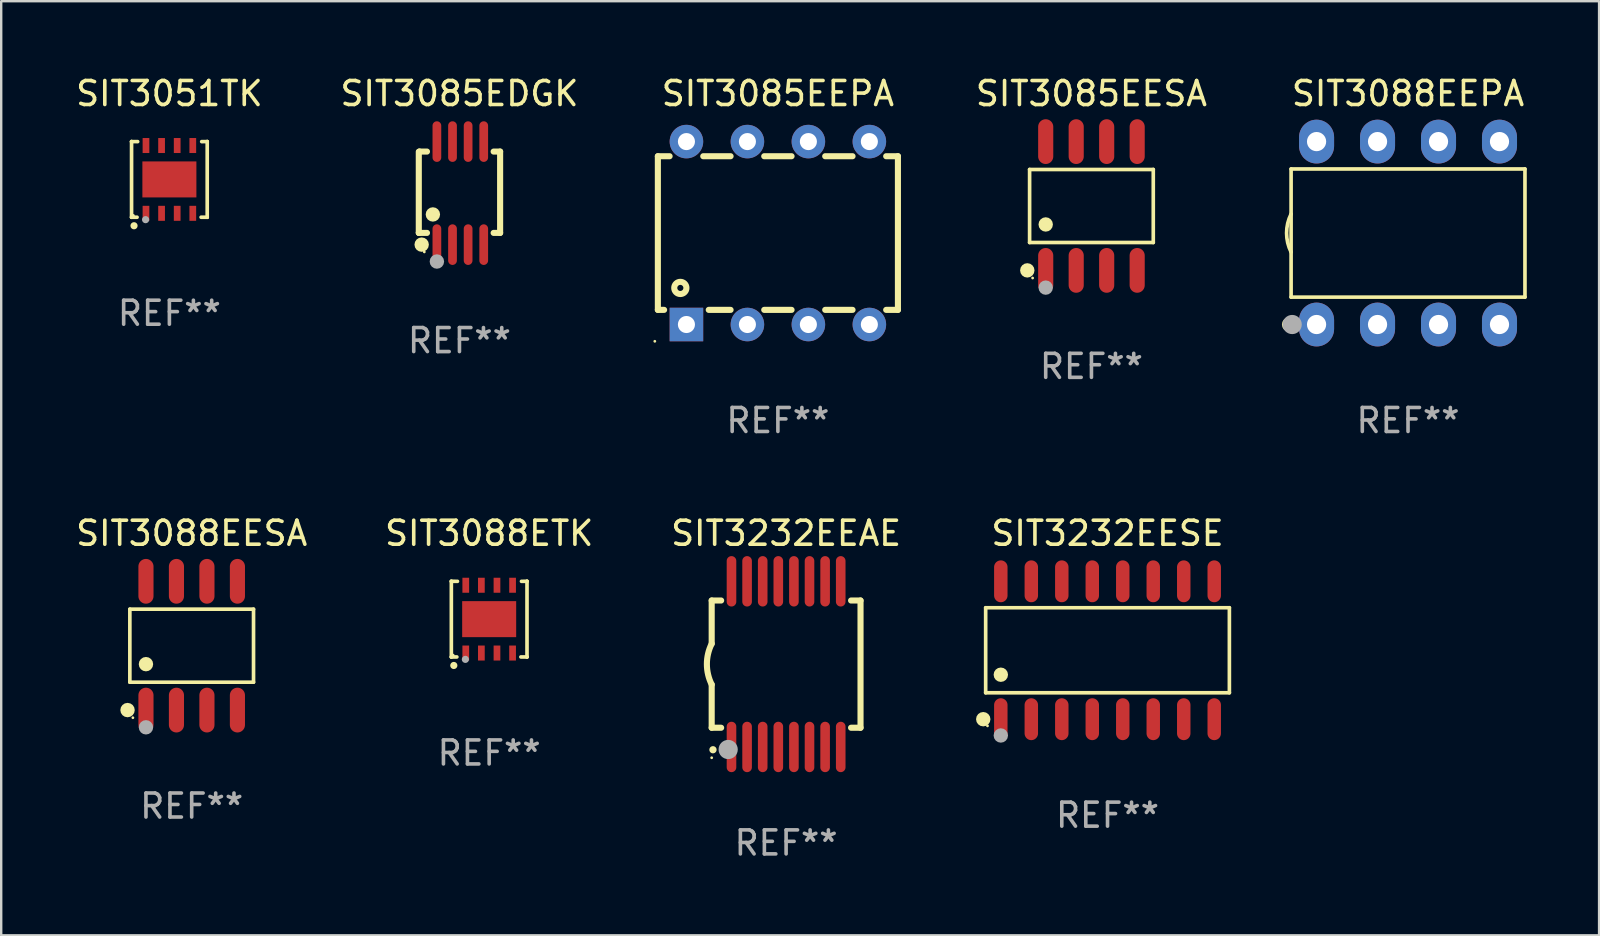
<source format=kicad_pcb>
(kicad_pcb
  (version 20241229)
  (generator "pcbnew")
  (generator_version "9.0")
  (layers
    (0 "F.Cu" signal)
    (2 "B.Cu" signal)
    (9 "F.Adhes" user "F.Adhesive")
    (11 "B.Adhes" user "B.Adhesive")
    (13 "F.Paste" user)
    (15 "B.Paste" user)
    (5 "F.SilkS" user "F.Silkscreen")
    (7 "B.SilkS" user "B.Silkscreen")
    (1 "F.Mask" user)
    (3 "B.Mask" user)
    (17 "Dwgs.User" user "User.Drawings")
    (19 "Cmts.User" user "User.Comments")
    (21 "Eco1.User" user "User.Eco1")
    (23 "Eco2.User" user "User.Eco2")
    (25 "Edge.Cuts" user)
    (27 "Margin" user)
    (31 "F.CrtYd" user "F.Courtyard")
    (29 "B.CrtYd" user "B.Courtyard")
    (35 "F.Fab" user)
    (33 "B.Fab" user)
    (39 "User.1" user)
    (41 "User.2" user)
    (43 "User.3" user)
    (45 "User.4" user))
  (footprint "SIT3088EESA"
    (layer "F.Cu")
    (at 4.935 23.847)
    (property "Reference" "SIT3088EESA" (at 0 -4.682 0) (layer "F.SilkS") (effects (font (size 1 1) (thickness 0.15))))
    (attr through_hole)
    (fp_line (start -2.576 -1.521) (end 2.576 -1.521) (stroke (width 0.152) (type solid)) (layer "F.SilkS"))
    (fp_line (start -2.576 1.521) (end -2.576 -1.521) (stroke (width 0.152) (type solid)) (layer "F.SilkS"))
    (fp_line (start 2.576 -1.521) (end 2.576 1.521) (stroke (width 0.152) (type solid)) (layer "F.SilkS"))
    (fp_line (start 2.576 1.521) (end -2.576 1.521) (stroke (width 0.152) (type solid)) (layer "F.SilkS"))
    (fp_circle (center -2.672 2.682) (end -2.522 2.682) (stroke (width 0.3) (type solid)) (fill no) (layer "F.SilkS"))
    (fp_circle (center -2.45 3) (end -2.42 3) (stroke (width 0.06) (type solid)) (fill no) (layer "F.SilkS"))
    (fp_circle (center -1.905 0.769) (end -1.755 0.769) (stroke (width 0.3) (type solid)) (fill no) (layer "F.SilkS"))
    (fp_circle (center -1.905 3.4) (end -1.755 3.4) (stroke (width 0.3) (type solid)) (fill no) (layer "F.Fab"))
    (fp_text user "REF**" (at 0 6.682 0) (layer "F.Fab") (effects (font (size 1 1) (thickness 0.15))))
    (pad "1" smd oval (at -1.905 2.682) (size 0.63 1.865) (layers "F.Cu" "F.Mask" "F.Paste"))
    (pad "2" smd oval (at -0.635 2.682) (size 0.63 1.865) (layers "F.Cu" "F.Mask" "F.Paste"))
    (pad "3" smd oval (at 0.635 2.682) (size 0.63 1.865) (layers "F.Cu" "F.Mask" "F.Paste"))
    (pad "4" smd oval (at 1.905 2.682) (size 0.63 1.865) (layers "F.Cu" "F.Mask" "F.Paste"))
    (pad "5" smd oval (at 1.905 -2.682) (size 0.63 1.865) (layers "F.Cu" "F.Mask" "F.Paste"))
    (pad "6" smd oval (at 0.635 -2.682) (size 0.63 1.865) (layers "F.Cu" "F.Mask" "F.Paste"))
    (pad "7" smd oval (at -0.635 -2.682) (size 0.63 1.865) (layers "F.Cu" "F.Mask" "F.Paste"))
    (pad "8" smd oval (at -1.905 -2.682) (size 0.63 1.865) (layers "F.Cu" "F.Mask" "F.Paste")))
  (footprint "SIT3051TK"
    (layer "F.Cu")
    (at 4.006 4.424)
    (property "Reference" "SIT3051TK" (at 0 -3.576 0) (layer "F.SilkS") (effects (font (size 1 1) (thickness 0.15))))
    (attr through_hole)
    (fp_line (start -1.576 -1.576) (end -1.576 -1.576) (stroke (width 0.152) (type solid)) (layer "F.SilkS"))
    (fp_line (start -1.576 -1.576) (end -1.576 1.576) (stroke (width 0.152) (type solid)) (layer "F.SilkS"))
    (fp_line (start -1.576 1.576) (end -1.576 1.576) (stroke (width 0.152) (type solid)) (layer "F.SilkS"))
    (fp_line (start -1.576 1.576) (end -1.346 1.575) (stroke (width 0.152) (type solid)) (layer "F.SilkS"))
    (fp_line (start -1.321 -1.575) (end -1.576 -1.576) (stroke (width 0.152) (type solid)) (layer "F.SilkS"))
    (fp_line (start 1.321 1.575) (end 1.576 1.576) (stroke (width 0.152) (type solid)) (layer "F.SilkS"))
    (fp_line (start 1.576 -1.576) (end 1.346 -1.575) (stroke (width 0.152) (type solid)) (layer "F.SilkS"))
    (fp_line (start 1.576 -1.576) (end 1.576 -1.576) (stroke (width 0.152) (type solid)) (layer "F.SilkS"))
    (fp_line (start 1.576 1.576) (end 1.576 -1.576) (stroke (width 0.152) (type solid)) (layer "F.SilkS"))
    (fp_line (start 1.576 1.576) (end 1.576 1.576) (stroke (width 0.152) (type solid)) (layer "F.SilkS"))
    (fp_circle (center -1.5 1.5) (end -1.47 1.5) (stroke (width 0.06) (type solid)) (fill no) (layer "F.SilkS"))
    (fp_circle (center -1.473 1.93) (end -1.398 1.93) (stroke (width 0.15) (type solid)) (fill no) (layer "F.SilkS"))
    (fp_circle (center -0.991 1.676) (end -0.916 1.676) (stroke (width 0.15) (type solid)) (fill no) (layer "F.Fab"))
    (fp_text user "REF**" (at 0 5.576 0) (layer "F.Fab") (effects (font (size 1 1) (thickness 0.15))))
    (pad "1" smd rect (at -0.975 1.412) (size 0.28 0.625) (layers "F.Cu" "F.Mask" "F.Paste"))
    (pad "2" smd rect (at -0.325 1.412) (size 0.28 0.625) (layers "F.Cu" "F.Mask" "F.Paste"))
    (pad "3" smd rect (at 0.325 1.412) (size 0.28 0.625) (layers "F.Cu" "F.Mask" "F.Paste"))
    (pad "4" smd rect (at 0.975 1.412) (size 0.28 0.625) (layers "F.Cu" "F.Mask" "F.Paste"))
    (pad "5" smd rect (at 0.975 -1.412) (size 0.28 0.625) (layers "F.Cu" "F.Mask" "F.Paste"))
    (pad "6" smd rect (at 0.325 -1.412) (size 0.28 0.625) (layers "F.Cu" "F.Mask" "F.Paste"))
    (pad "7" smd rect (at -0.325 -1.412) (size 0.28 0.625) (layers "F.Cu" "F.Mask" "F.Paste"))
    (pad "8" smd rect (at -0.975 -1.412) (size 0.28 0.625) (layers "F.Cu" "F.Mask" "F.Paste"))
    (pad "9" smd rect (at 0 0) (size 2.25 1.5) (layers "F.Cu" "F.Mask" "F.Paste")))
  (footprint "SIT3088EEPA"
    (layer "F.Cu")
    (at 55.603 6.658)
    (property "Reference" "SIT3088EEPA" (at 0 -5.81 0) (layer "F.SilkS") (effects (font (size 1 1) (thickness 0.15))))
    (attr through_hole)
    (fp_line (start -4.871 -2.669) (end 4.871 -2.669) (stroke (width 0.152) (type solid)) (layer "F.SilkS"))
    (fp_line (start -4.871 2.669) (end -4.871 -2.669) (stroke (width 0.152) (type solid)) (layer "F.SilkS"))
    (fp_line (start 4.871 -2.669) (end 4.871 2.669) (stroke (width 0.152) (type solid)) (layer "F.SilkS"))
    (fp_line (start 4.871 2.669) (end -4.871 2.669) (stroke (width 0.152) (type solid)) (layer "F.SilkS"))
    (fp_arc (start -4.871222 0.793751) (mid -5.058601 0) (end -4.871222 -0.793752) (stroke (width 0.1524) (type solid)) (layer "F.SilkS"))
    (fp_circle (center -4.953 3.81) (end -4.803 3.81) (stroke (width 0.3) (type solid)) (fill no) (layer "F.SilkS"))
    (fp_circle (center -4.795 3.935) (end -4.765 3.935) (stroke (width 0.06) (type solid)) (fill no) (layer "F.SilkS"))
    (fp_circle (center -4.826 3.81) (end -4.626 3.81) (stroke (width 0.4) (type solid)) (fill no) (layer "F.Fab"))
    (fp_text user "REF**" (at 0 7.81 0) (layer "F.Fab") (effects (font (size 1 1) (thickness 0.15))))
    (pad "1" thru_hole oval (at -3.81 3.81) (size 1.46 1.825) (drill 0.8) (layers "*.Cu" "*.Mask"))
    (pad "2" thru_hole oval (at -1.27 3.81) (size 1.46 1.825) (drill 0.8) (layers "*.Cu" "*.Mask"))
    (pad "3" thru_hole oval (at 1.27 3.81) (size 1.46 1.825) (drill 0.8) (layers "*.Cu" "*.Mask"))
    (pad "4" thru_hole oval (at 3.81 3.81) (size 1.46 1.825) (drill 0.8) (layers "*.Cu" "*.Mask"))
    (pad "5" thru_hole oval (at 3.81 -3.81) (size 1.46 1.825) (drill 0.8) (layers "*.Cu" "*.Mask"))
    (pad "6" thru_hole oval (at 1.27 -3.81) (size 1.46 1.825) (drill 0.8) (layers "*.Cu" "*.Mask"))
    (pad "7" thru_hole oval (at -1.27 -3.81) (size 1.46 1.825) (drill 0.8) (layers "*.Cu" "*.Mask"))
    (pad "8" thru_hole oval (at -3.81 -3.81) (size 1.46 1.825) (drill 0.8) (layers "*.Cu" "*.Mask")))
  (footprint "SIT3085EDGK"
    (layer "F.Cu")
    (at 16.089 4.994)
    (property "Reference" "SIT3085EDGK" (at 0 -4.146 0) (layer "F.SilkS") (effects (font (size 1 1) (thickness 0.15))))
    (attr through_hole)
    (fp_line (start -1.694 -1.724) (end -1.694 1.652) (stroke (width 0.254) (type solid)) (layer "F.SilkS"))
    (fp_line (start -1.694 1.652) (end -1.688 1.658) (stroke (width 0.254) (type solid)) (layer "F.SilkS"))
    (fp_line (start -1.688 1.658) (end -1.353 1.658) (stroke (width 0.254) (type solid)) (layer "F.SilkS"))
    (fp_line (start -1.661 -1.73) (end -1.681 -1.71) (stroke (width 0.254) (type solid)) (layer "F.SilkS"))
    (fp_line (start -1.353 -1.73) (end -1.661 -1.73) (stroke (width 0.254) (type solid)) (layer "F.SilkS"))
    (fp_line (start 1.424 1.658) (end 1.694 1.658) (stroke (width 0.254) (type solid)) (layer "F.SilkS"))
    (fp_line (start 1.694 -1.73) (end 1.424 -1.73) (stroke (width 0.254) (type solid)) (layer "F.SilkS"))
    (fp_line (start 1.694 1.658) (end 1.694 -1.73) (stroke (width 0.254) (type solid)) (layer "F.SilkS"))
    (fp_circle (center -1.574 2.146) (end -1.424 2.146) (stroke (width 0.3) (type solid)) (fill no) (layer "F.SilkS"))
    (fp_circle (center -1.464 2.45) (end -1.434 2.45) (stroke (width 0.06) (type solid)) (fill no) (layer "F.SilkS"))
    (fp_circle (center -1.107 0.889) (end -0.957 0.889) (stroke (width 0.3) (type solid)) (fill no) (layer "F.SilkS"))
    (fp_circle (center -0.94 2.85) (end -0.789 2.85) (stroke (width 0.3) (type solid)) (fill no) (layer "F.Fab"))
    (fp_text user "REF**" (at 0 6.146 0) (layer "F.Fab") (effects (font (size 1 1) (thickness 0.15))))
    (pad "1" smd oval (at -0.94 2.146) (size 0.364 1.692) (layers "F.Cu" "F.Mask" "F.Paste"))
    (pad "2" smd oval (at -0.289 2.146) (size 0.364 1.692) (layers "F.Cu" "F.Mask" "F.Paste"))
    (pad "3" smd oval (at 0.361 2.146) (size 0.364 1.692) (layers "F.Cu" "F.Mask" "F.Paste"))
    (pad "4" smd oval (at 1.011 2.146) (size 0.364 1.692) (layers "F.Cu" "F.Mask" "F.Paste"))
    (pad "5" smd oval (at 1.011 -2.146) (size 0.364 1.692) (layers "F.Cu" "F.Mask" "F.Paste"))
    (pad "6" smd oval (at 0.361 -2.146) (size 0.364 1.692) (layers "F.Cu" "F.Mask" "F.Paste"))
    (pad "7" smd oval (at -0.289 -2.146) (size 0.364 1.692) (layers "F.Cu" "F.Mask" "F.Paste"))
    (pad "8" smd oval (at -0.94 -2.146) (size 0.364 1.692) (layers "F.Cu" "F.Mask" "F.Paste")))
  (footprint "SIT3088ETK"
    (layer "F.Cu")
    (at 17.327 22.741)
    (property "Reference" "SIT3088ETK" (at 0 -3.576 0) (layer "F.SilkS") (effects (font (size 1 1) (thickness 0.15))))
    (attr through_hole)
    (fp_line (start -1.576 -1.576) (end -1.576 -1.576) (stroke (width 0.152) (type solid)) (layer "F.SilkS"))
    (fp_line (start -1.576 -1.576) (end -1.576 1.576) (stroke (width 0.152) (type solid)) (layer "F.SilkS"))
    (fp_line (start -1.576 1.576) (end -1.576 1.576) (stroke (width 0.152) (type solid)) (layer "F.SilkS"))
    (fp_line (start -1.576 1.576) (end -1.346 1.575) (stroke (width 0.152) (type solid)) (layer "F.SilkS"))
    (fp_line (start -1.321 -1.575) (end -1.576 -1.576) (stroke (width 0.152) (type solid)) (layer "F.SilkS"))
    (fp_line (start 1.321 1.575) (end 1.576 1.576) (stroke (width 0.152) (type solid)) (layer "F.SilkS"))
    (fp_line (start 1.576 -1.576) (end 1.346 -1.575) (stroke (width 0.152) (type solid)) (layer "F.SilkS"))
    (fp_line (start 1.576 -1.576) (end 1.576 -1.576) (stroke (width 0.152) (type solid)) (layer "F.SilkS"))
    (fp_line (start 1.576 1.576) (end 1.576 -1.576) (stroke (width 0.152) (type solid)) (layer "F.SilkS"))
    (fp_line (start 1.576 1.576) (end 1.576 1.576) (stroke (width 0.152) (type solid)) (layer "F.SilkS"))
    (fp_circle (center -1.5 1.5) (end -1.47 1.5) (stroke (width 0.06) (type solid)) (fill no) (layer "F.SilkS"))
    (fp_circle (center -1.473 1.93) (end -1.398 1.93) (stroke (width 0.15) (type solid)) (fill no) (layer "F.SilkS"))
    (fp_circle (center -0.991 1.676) (end -0.916 1.676) (stroke (width 0.15) (type solid)) (fill no) (layer "F.Fab"))
    (fp_text user "REF**" (at 0 5.576 0) (layer "F.Fab") (effects (font (size 1 1) (thickness 0.15))))
    (pad "1" smd rect (at -0.975 1.412) (size 0.28 0.625) (layers "F.Cu" "F.Mask" "F.Paste"))
    (pad "2" smd rect (at -0.325 1.412) (size 0.28 0.625) (layers "F.Cu" "F.Mask" "F.Paste"))
    (pad "3" smd rect (at 0.325 1.412) (size 0.28 0.625) (layers "F.Cu" "F.Mask" "F.Paste"))
    (pad "4" smd rect (at 0.975 1.412) (size 0.28 0.625) (layers "F.Cu" "F.Mask" "F.Paste"))
    (pad "5" smd rect (at 0.975 -1.412) (size 0.28 0.625) (layers "F.Cu" "F.Mask" "F.Paste"))
    (pad "6" smd rect (at 0.325 -1.412) (size 0.28 0.625) (layers "F.Cu" "F.Mask" "F.Paste"))
    (pad "7" smd rect (at -0.325 -1.412) (size 0.28 0.625) (layers "F.Cu" "F.Mask" "F.Paste"))
    (pad "8" smd rect (at -0.975 -1.412) (size 0.28 0.625) (layers "F.Cu" "F.Mask" "F.Paste"))
    (pad "9" smd rect (at 0 0) (size 2.25 1.5) (layers "F.Cu" "F.Mask" "F.Paste")))
  (footprint "SIT3232EESE"
    (layer "F.Cu")
    (at 43.085 24.037)
    (property "Reference" "SIT3232EESE" (at 0 -4.872 0) (layer "F.SilkS") (effects (font (size 1 1) (thickness 0.15))))
    (attr through_hole)
    (fp_line (start -5.076 -1.771) (end 5.076 -1.771) (stroke (width 0.152) (type solid)) (layer "F.SilkS"))
    (fp_line (start -5.076 1.771) (end -5.076 -1.771) (stroke (width 0.152) (type solid)) (layer "F.SilkS"))
    (fp_line (start 5.076 -1.771) (end 5.076 1.771) (stroke (width 0.152) (type solid)) (layer "F.SilkS"))
    (fp_line (start 5.076 1.771) (end -5.076 1.771) (stroke (width 0.152) (type solid)) (layer "F.SilkS"))
    (fp_circle (center -5.177 2.872) (end -5.027 2.872) (stroke (width 0.3) (type solid)) (fill no) (layer "F.SilkS"))
    (fp_circle (center -5 3.15) (end -4.97 3.15) (stroke (width 0.06) (type solid)) (fill no) (layer "F.SilkS"))
    (fp_circle (center -4.445 1.019) (end -4.295 1.019) (stroke (width 0.3) (type solid)) (fill no) (layer "F.SilkS"))
    (fp_circle (center -4.445 3.55) (end -4.295 3.55) (stroke (width 0.3) (type solid)) (fill no) (layer "F.Fab"))
    (fp_text user "REF**" (at 0 6.872 0) (layer "F.Fab") (effects (font (size 1 1) (thickness 0.15))))
    (pad "1" smd oval (at -4.445 2.872) (size 0.56 1.745) (layers "F.Cu" "F.Mask" "F.Paste"))
    (pad "2" smd oval (at -3.175 2.872) (size 0.56 1.745) (layers "F.Cu" "F.Mask" "F.Paste"))
    (pad "3" smd oval (at -1.905 2.872) (size 0.56 1.745) (layers "F.Cu" "F.Mask" "F.Paste"))
    (pad "4" smd oval (at -0.635 2.872) (size 0.56 1.745) (layers "F.Cu" "F.Mask" "F.Paste"))
    (pad "5" smd oval (at 0.635 2.872) (size 0.56 1.745) (layers "F.Cu" "F.Mask" "F.Paste"))
    (pad "6" smd oval (at 1.905 2.872) (size 0.56 1.745) (layers "F.Cu" "F.Mask" "F.Paste"))
    (pad "7" smd oval (at 3.175 2.872) (size 0.56 1.745) (layers "F.Cu" "F.Mask" "F.Paste"))
    (pad "8" smd oval (at 4.445 2.872) (size 0.56 1.745) (layers "F.Cu" "F.Mask" "F.Paste"))
    (pad "9" smd oval (at 4.445 -2.872) (size 0.56 1.745) (layers "F.Cu" "F.Mask" "F.Paste"))
    (pad "10" smd oval (at 3.175 -2.872) (size 0.56 1.745) (layers "F.Cu" "F.Mask" "F.Paste"))
    (pad "11" smd oval (at 1.905 -2.872) (size 0.56 1.745) (layers "F.Cu" "F.Mask" "F.Paste"))
    (pad "12" smd oval (at 0.635 -2.872) (size 0.56 1.745) (layers "F.Cu" "F.Mask" "F.Paste"))
    (pad "13" smd oval (at -0.635 -2.872) (size 0.56 1.745) (layers "F.Cu" "F.Mask" "F.Paste"))
    (pad "14" smd oval (at -1.905 -2.872) (size 0.56 1.745) (layers "F.Cu" "F.Mask" "F.Paste"))
    (pad "15" smd oval (at -3.175 -2.872) (size 0.56 1.745) (layers "F.Cu" "F.Mask" "F.Paste"))
    (pad "16" smd oval (at -4.445 -2.872) (size 0.56 1.745) (layers "F.Cu" "F.Mask" "F.Paste")))
  (footprint "SIT3232EEAE"
    (layer "F.Cu")
    (at 29.696 24.615)
    (property "Reference" "SIT3232EEAE" (at 0 -5.45 0) (layer "F.SilkS") (effects (font (size 1 1) (thickness 0.15))))
    (attr through_hole)
    (fp_line (start -3.1 -2.65) (end -3.1 -0.85) (stroke (width 0.254) (type solid)) (layer "F.SilkS"))
    (fp_line (start -3.1 -2.65) (end -2.706 -2.65) (stroke (width 0.254) (type solid)) (layer "F.SilkS"))
    (fp_line (start -3.1 2.65) (end -3.1 0.85) (stroke (width 0.254) (type solid)) (layer "F.SilkS"))
    (fp_line (start -3.1 2.65) (end -2.706 2.65) (stroke (width 0.254) (type solid)) (layer "F.SilkS"))
    (fp_line (start 2.706 -2.65) (end 3.1 -2.65) (stroke (width 0.254) (type solid)) (layer "F.SilkS"))
    (fp_line (start 2.706 2.65) (end 3.1 2.65) (stroke (width 0.254) (type solid)) (layer "F.SilkS"))
    (fp_line (start 3.1 -2.65) (end 3.1 2.65) (stroke (width 0.254) (type solid)) (layer "F.SilkS"))
    (fp_arc (start -3.098907 0.850902) (mid -3.300057 0.000523) (end -3.1 -0.850114) (stroke (width 0.254001) (type solid)) (layer "F.SilkS"))
    (fp_arc (start -3.048006 3.566066) (mid -3.046736 3.566061) (end -3.045466 3.566066) (stroke (width 0.3) (type solid)) (layer "F.SilkS"))
    (fp_circle (center -3.1 3.9) (end -3.07 3.9) (stroke (width 0.06) (type solid)) (fill no) (layer "F.SilkS"))
    (fp_circle (center -2.413 3.556) (end -2.213 3.556) (stroke (width 0.4) (type solid)) (fill no) (layer "F.Fab"))
    (fp_text user "REF**" (at 0 7.45 0) (layer "F.Fab") (effects (font (size 1 1) (thickness 0.15))))
    (pad "1" smd oval (at -2.275 3.45 180) (size 0.4 2.1) (layers "F.Cu" "F.Mask" "F.Paste"))
    (pad "2" smd oval (at -1.625 3.45 180) (size 0.4 2.1) (layers "F.Cu" "F.Mask" "F.Paste"))
    (pad "3" smd oval (at -0.975 3.45 180) (size 0.4 2.1) (layers "F.Cu" "F.Mask" "F.Paste"))
    (pad "4" smd oval (at -0.325 3.45 180) (size 0.4 2.1) (layers "F.Cu" "F.Mask" "F.Paste"))
    (pad "5" smd oval (at 0.325 3.45 180) (size 0.4 2.1) (layers "F.Cu" "F.Mask" "F.Paste"))
    (pad "6" smd oval (at 0.975 3.45 180) (size 0.4 2.1) (layers "F.Cu" "F.Mask" "F.Paste"))
    (pad "7" smd oval (at 1.625 3.45 180) (size 0.4 2.1) (layers "F.Cu" "F.Mask" "F.Paste"))
    (pad "8" smd oval (at 2.275 3.45 180) (size 0.4 2.1) (layers "F.Cu" "F.Mask" "F.Paste"))
    (pad "9" smd oval (at 2.275 -3.45 180) (size 0.4 2.1) (layers "F.Cu" "F.Mask" "F.Paste"))
    (pad "10" smd oval (at 1.625 -3.45 180) (size 0.4 2.1) (layers "F.Cu" "F.Mask" "F.Paste"))
    (pad "11" smd oval (at 0.975 -3.45 180) (size 0.4 2.1) (layers "F.Cu" "F.Mask" "F.Paste"))
    (pad "12" smd oval (at 0.325 -3.45 180) (size 0.4 2.1) (layers "F.Cu" "F.Mask" "F.Paste"))
    (pad "13" smd oval (at -0.325 -3.45 180) (size 0.4 2.1) (layers "F.Cu" "F.Mask" "F.Paste"))
    (pad "14" smd oval (at -0.975 -3.45 180) (size 0.4 2.1) (layers "F.Cu" "F.Mask" "F.Paste"))
    (pad "15" smd oval (at -1.625 -3.45 180) (size 0.4 2.1) (layers "F.Cu" "F.Mask" "F.Paste"))
    (pad "16" smd oval (at -2.275 -3.45 180) (size 0.4 2.1) (layers "F.Cu" "F.Mask" "F.Paste")))
  (footprint "SIT3085EESA"
    (layer "F.Cu")
    (at 42.415 5.531)
    (property "Reference" "SIT3085EESA" (at 0 -4.682 0) (layer "F.SilkS") (effects (font (size 1 1) (thickness 0.15))))
    (attr through_hole)
    (fp_line (start -2.576 -1.521) (end 2.576 -1.521) (stroke (width 0.152) (type solid)) (layer "F.SilkS"))
    (fp_line (start -2.576 1.521) (end -2.576 -1.521) (stroke (width 0.152) (type solid)) (layer "F.SilkS"))
    (fp_line (start 2.576 -1.521) (end 2.576 1.521) (stroke (width 0.152) (type solid)) (layer "F.SilkS"))
    (fp_line (start 2.576 1.521) (end -2.576 1.521) (stroke (width 0.152) (type solid)) (layer "F.SilkS"))
    (fp_circle (center -2.672 2.682) (end -2.522 2.682) (stroke (width 0.3) (type solid)) (fill no) (layer "F.SilkS"))
    (fp_circle (center -2.45 3) (end -2.42 3) (stroke (width 0.06) (type solid)) (fill no) (layer "F.SilkS"))
    (fp_circle (center -1.905 0.769) (end -1.755 0.769) (stroke (width 0.3) (type solid)) (fill no) (layer "F.SilkS"))
    (fp_circle (center -1.905 3.4) (end -1.755 3.4) (stroke (width 0.3) (type solid)) (fill no) (layer "F.Fab"))
    (fp_text user "REF**" (at 0 6.682 0) (layer "F.Fab") (effects (font (size 1 1) (thickness 0.15))))
    (pad "1" smd oval (at -1.905 2.682) (size 0.63 1.865) (layers "F.Cu" "F.Mask" "F.Paste"))
    (pad "2" smd oval (at -0.635 2.682) (size 0.63 1.865) (layers "F.Cu" "F.Mask" "F.Paste"))
    (pad "3" smd oval (at 0.635 2.682) (size 0.63 1.865) (layers "F.Cu" "F.Mask" "F.Paste"))
    (pad "4" smd oval (at 1.905 2.682) (size 0.63 1.865) (layers "F.Cu" "F.Mask" "F.Paste"))
    (pad "5" smd oval (at 1.905 -2.682) (size 0.63 1.865) (layers "F.Cu" "F.Mask" "F.Paste"))
    (pad "6" smd oval (at 0.635 -2.682) (size 0.63 1.865) (layers "F.Cu" "F.Mask" "F.Paste"))
    (pad "7" smd oval (at -0.635 -2.682) (size 0.63 1.865) (layers "F.Cu" "F.Mask" "F.Paste"))
    (pad "8" smd oval (at -1.905 -2.682) (size 0.63 1.865) (layers "F.Cu" "F.Mask" "F.Paste")))
  (footprint "SIT3085EEPA"
    (layer "F.Cu")
    (at 29.354 6.658)
    (property "Reference" "SIT3085EEPA" (at 0 -5.81 0) (layer "F.SilkS") (effects (font (size 1 1) (thickness 0.15))))
    (attr through_hole)
    (fp_line (start -5 -3.2) (end -5 3.2) (stroke (width 0.254) (type solid)) (layer "F.SilkS"))
    (fp_line (start -5 -3.2) (end -4.511 -3.2) (stroke (width 0.254) (type solid)) (layer "F.SilkS"))
    (fp_line (start -5 3.2) (end -4.74 3.2) (stroke (width 0.254) (type solid)) (layer "F.SilkS"))
    (fp_line (start -3.109 -3.2) (end -1.971 -3.2) (stroke (width 0.254) (type solid)) (layer "F.SilkS"))
    (fp_line (start -2.88 3.2) (end -1.971 3.2) (stroke (width 0.254) (type solid)) (layer "F.SilkS"))
    (fp_line (start -0.569 -3.2) (end 0.569 -3.2) (stroke (width 0.254) (type solid)) (layer "F.SilkS"))
    (fp_line (start -0.569 3.2) (end 0.569 3.2) (stroke (width 0.254) (type solid)) (layer "F.SilkS"))
    (fp_line (start 1.971 -3.2) (end 3.109 -3.2) (stroke (width 0.254) (type solid)) (layer "F.SilkS"))
    (fp_line (start 1.971 3.2) (end 3.109 3.2) (stroke (width 0.254) (type solid)) (layer "F.SilkS"))
    (fp_line (start 4.511 -3.2) (end 5 -3.2) (stroke (width 0.254) (type solid)) (layer "F.SilkS"))
    (fp_line (start 4.511 3.2) (end 5 3.2) (stroke (width 0.254) (type solid)) (layer "F.SilkS"))
    (fp_line (start 5 -3.2) (end 5 3.2) (stroke (width 0.254) (type solid)) (layer "F.SilkS"))
    (fp_circle (center -5.127 4.509) (end -5.097 4.509) (stroke (width 0.06) (type solid)) (fill no) (layer "F.SilkS"))
    (fp_circle (center -4.064 2.286) (end -3.81 2.286) (stroke (width 0.254) (type solid)) (fill no) (layer "F.SilkS"))
    (fp_text user "REF**" (at 0 7.81 0) (layer "F.Fab") (effects (font (size 1 1) (thickness 0.15))))
    (pad "1" thru_hole rect (at -3.81 3.81) (size 1.397 1.397) (drill 0.711) (layers "*.Cu" "*.Mask"))
    (pad "2" thru_hole circle (at -1.27 3.81) (size 1.397 1.397) (drill 0.711) (layers "*.Cu" "*.Mask"))
    (pad "3" thru_hole circle (at 1.27 3.81) (size 1.397 1.397) (drill 0.711) (layers "*.Cu" "*.Mask"))
    (pad "4" thru_hole circle (at 3.81 3.81) (size 1.397 1.397) (drill 0.711) (layers "*.Cu" "*.Mask"))
    (pad "5" thru_hole circle (at 3.81 -3.81) (size 1.397 1.397) (drill 0.711) (layers "*.Cu" "*.Mask"))
    (pad "6" thru_hole circle (at 1.27 -3.81) (size 1.397 1.397) (drill 0.711) (layers "*.Cu" "*.Mask"))
    (pad "7" thru_hole circle (at -1.27 -3.81) (size 1.397 1.397) (drill 0.711) (layers "*.Cu" "*.Mask"))
    (pad "8" thru_hole circle (at -3.81 -3.81) (size 1.397 1.397) (drill 0.711) (layers "*.Cu" "*.Mask")))
  (gr_rect
    (start -3 -3)
    (end 63.561 35.913)
    (stroke (width 0.1) (type default))
    (fill no)
    (layer "Edge.Cuts")))
</source>
